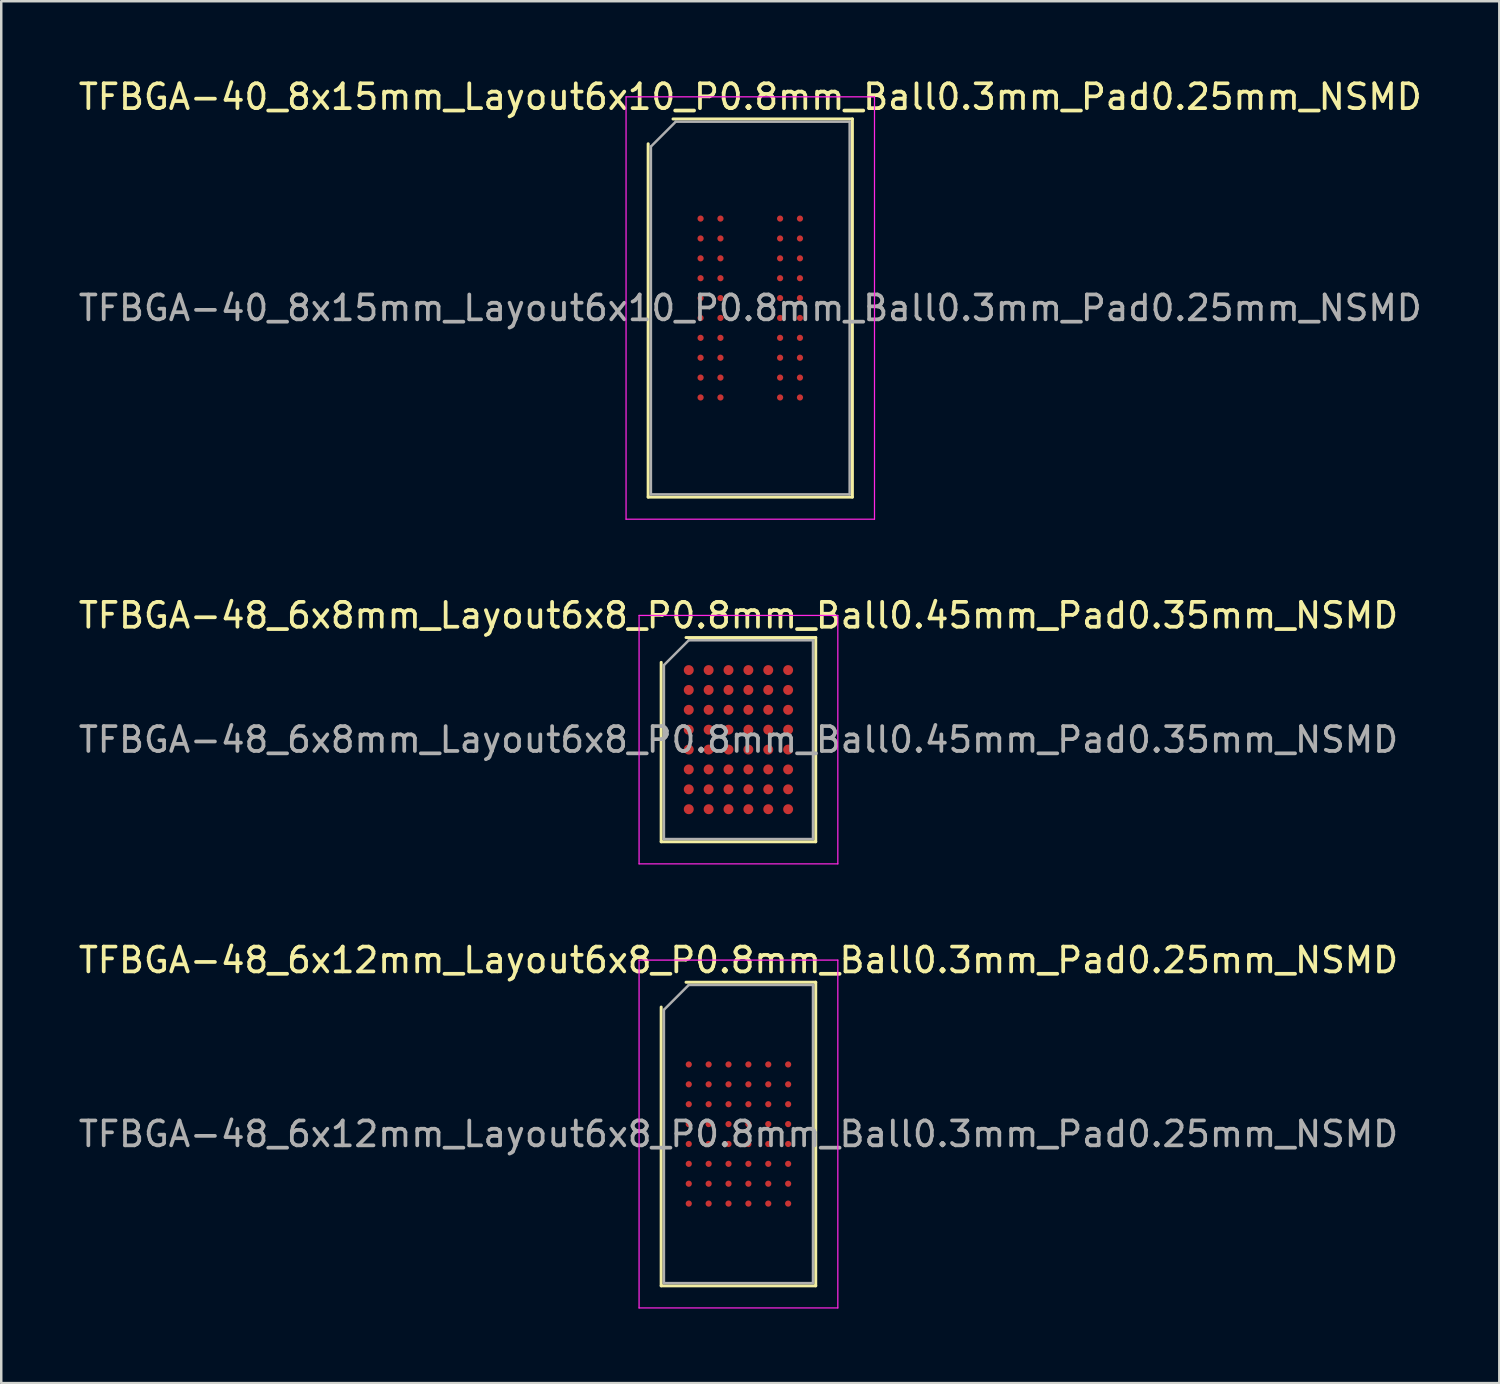
<source format=kicad_pcb>
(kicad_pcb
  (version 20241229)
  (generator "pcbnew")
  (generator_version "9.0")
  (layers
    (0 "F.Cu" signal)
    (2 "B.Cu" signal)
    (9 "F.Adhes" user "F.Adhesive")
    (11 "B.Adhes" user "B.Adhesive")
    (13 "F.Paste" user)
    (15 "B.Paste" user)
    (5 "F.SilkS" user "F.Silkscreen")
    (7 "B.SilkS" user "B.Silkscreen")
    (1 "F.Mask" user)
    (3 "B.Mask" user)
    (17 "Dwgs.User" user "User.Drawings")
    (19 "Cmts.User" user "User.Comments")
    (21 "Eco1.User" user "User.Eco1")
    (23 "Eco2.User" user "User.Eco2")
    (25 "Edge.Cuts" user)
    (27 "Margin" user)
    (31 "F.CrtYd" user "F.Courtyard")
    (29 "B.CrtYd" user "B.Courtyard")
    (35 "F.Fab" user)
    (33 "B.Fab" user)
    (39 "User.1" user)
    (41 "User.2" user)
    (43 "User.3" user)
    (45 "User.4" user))
  (footprint "TFBGA-48_6x12mm_Layout6x8_P0.8mm_Ball0.3mm_Pad0.25mm_NSMD"
    (layer "F.Cu")
    (at 26.673 42.595)
    (property "Reference" "TFBGA-48_6x12mm_Layout6x8_P0.8mm_Ball0.3mm_Pad0.25mm_NSMD" (at 0 -7 0) (layer "F.SilkS") (effects (font (size 1 1) (thickness 0.15))))
    (attr smd)
    (fp_line (start -3.11 6.11) (end -3.11 -5.11) (stroke (width 0.12) (type solid)) (layer "F.SilkS"))
    (fp_line (start -2.11 -6.11) (end 3.11 -6.11) (stroke (width 0.12) (type solid)) (layer "F.SilkS"))
    (fp_line (start 3.11 -6.11) (end 3.11 6.11) (stroke (width 0.12) (type solid)) (layer "F.SilkS"))
    (fp_line (start 3.11 6.11) (end -3.11 6.11) (stroke (width 0.12) (type solid)) (layer "F.SilkS"))
    (fp_line (start -4 -7) (end -4 7) (stroke (width 0.05) (type solid)) (layer "F.CrtYd"))
    (fp_line (start -4 7) (end 4 7) (stroke (width 0.05) (type solid)) (layer "F.CrtYd"))
    (fp_line (start 4 -7) (end -4 -7) (stroke (width 0.05) (type solid)) (layer "F.CrtYd"))
    (fp_line (start 4 7) (end 4 -7) (stroke (width 0.05) (type solid)) (layer "F.CrtYd"))
    (fp_line (start -3 -5) (end -2 -6) (stroke (width 0.1) (type solid)) (layer "F.Fab"))
    (fp_line (start -3 6) (end -3 -5) (stroke (width 0.1) (type solid)) (layer "F.Fab"))
    (fp_line (start -2 -6) (end 3 -6) (stroke (width 0.1) (type solid)) (layer "F.Fab"))
    (fp_line (start 3 -6) (end 3 6) (stroke (width 0.1) (type solid)) (layer "F.Fab"))
    (fp_line (start 3 6) (end -3 6) (stroke (width 0.1) (type solid)) (layer "F.Fab"))
    (fp_text user "${REFERENCE}" (at 0 0 0) (layer "F.Fab") (effects (font (size 1 1) (thickness 0.15))))
    (pad "A1" smd circle (at -2 -2.8) (size 0.25 0.25) (layers "F.Cu" "F.Mask" "F.Paste"))
    (pad "A2" smd circle (at -1.2 -2.8) (size 0.25 0.25) (layers "F.Cu" "F.Mask" "F.Paste"))
    (pad "A3" smd circle (at -0.4 -2.8) (size 0.25 0.25) (layers "F.Cu" "F.Mask" "F.Paste"))
    (pad "A4" smd circle (at 0.4 -2.8) (size 0.25 0.25) (layers "F.Cu" "F.Mask" "F.Paste"))
    (pad "A5" smd circle (at 1.2 -2.8) (size 0.25 0.25) (layers "F.Cu" "F.Mask" "F.Paste"))
    (pad "A6" smd circle (at 2 -2.8) (size 0.25 0.25) (layers "F.Cu" "F.Mask" "F.Paste"))
    (pad "B1" smd circle (at -2 -2) (size 0.25 0.25) (layers "F.Cu" "F.Mask" "F.Paste"))
    (pad "B2" smd circle (at -1.2 -2) (size 0.25 0.25) (layers "F.Cu" "F.Mask" "F.Paste"))
    (pad "B3" smd circle (at -0.4 -2) (size 0.25 0.25) (layers "F.Cu" "F.Mask" "F.Paste"))
    (pad "B4" smd circle (at 0.4 -2) (size 0.25 0.25) (layers "F.Cu" "F.Mask" "F.Paste"))
    (pad "B5" smd circle (at 1.2 -2) (size 0.25 0.25) (layers "F.Cu" "F.Mask" "F.Paste"))
    (pad "B6" smd circle (at 2 -2) (size 0.25 0.25) (layers "F.Cu" "F.Mask" "F.Paste"))
    (pad "C1" smd circle (at -2 -1.2) (size 0.25 0.25) (layers "F.Cu" "F.Mask" "F.Paste"))
    (pad "C2" smd circle (at -1.2 -1.2) (size 0.25 0.25) (layers "F.Cu" "F.Mask" "F.Paste"))
    (pad "C3" smd circle (at -0.4 -1.2) (size 0.25 0.25) (layers "F.Cu" "F.Mask" "F.Paste"))
    (pad "C4" smd circle (at 0.4 -1.2) (size 0.25 0.25) (layers "F.Cu" "F.Mask" "F.Paste"))
    (pad "C5" smd circle (at 1.2 -1.2) (size 0.25 0.25) (layers "F.Cu" "F.Mask" "F.Paste"))
    (pad "C6" smd circle (at 2 -1.2) (size 0.25 0.25) (layers "F.Cu" "F.Mask" "F.Paste"))
    (pad "D1" smd circle (at -2 -0.4) (size 0.25 0.25) (layers "F.Cu" "F.Mask" "F.Paste"))
    (pad "D2" smd circle (at -1.2 -0.4) (size 0.25 0.25) (layers "F.Cu" "F.Mask" "F.Paste"))
    (pad "D3" smd circle (at -0.4 -0.4) (size 0.25 0.25) (layers "F.Cu" "F.Mask" "F.Paste"))
    (pad "D4" smd circle (at 0.4 -0.4) (size 0.25 0.25) (layers "F.Cu" "F.Mask" "F.Paste"))
    (pad "D5" smd circle (at 1.2 -0.4) (size 0.25 0.25) (layers "F.Cu" "F.Mask" "F.Paste"))
    (pad "D6" smd circle (at 2 -0.4) (size 0.25 0.25) (layers "F.Cu" "F.Mask" "F.Paste"))
    (pad "E1" smd circle (at -2 0.4) (size 0.25 0.25) (layers "F.Cu" "F.Mask" "F.Paste"))
    (pad "E2" smd circle (at -1.2 0.4) (size 0.25 0.25) (layers "F.Cu" "F.Mask" "F.Paste"))
    (pad "E3" smd circle (at -0.4 0.4) (size 0.25 0.25) (layers "F.Cu" "F.Mask" "F.Paste"))
    (pad "E4" smd circle (at 0.4 0.4) (size 0.25 0.25) (layers "F.Cu" "F.Mask" "F.Paste"))
    (pad "E5" smd circle (at 1.2 0.4) (size 0.25 0.25) (layers "F.Cu" "F.Mask" "F.Paste"))
    (pad "E6" smd circle (at 2 0.4) (size 0.25 0.25) (layers "F.Cu" "F.Mask" "F.Paste"))
    (pad "F1" smd circle (at -2 1.2) (size 0.25 0.25) (layers "F.Cu" "F.Mask" "F.Paste"))
    (pad "F2" smd circle (at -1.2 1.2) (size 0.25 0.25) (layers "F.Cu" "F.Mask" "F.Paste"))
    (pad "F3" smd circle (at -0.4 1.2) (size 0.25 0.25) (layers "F.Cu" "F.Mask" "F.Paste"))
    (pad "F4" smd circle (at 0.4 1.2) (size 0.25 0.25) (layers "F.Cu" "F.Mask" "F.Paste"))
    (pad "F5" smd circle (at 1.2 1.2) (size 0.25 0.25) (layers "F.Cu" "F.Mask" "F.Paste"))
    (pad "F6" smd circle (at 2 1.2) (size 0.25 0.25) (layers "F.Cu" "F.Mask" "F.Paste"))
    (pad "G1" smd circle (at -2 2) (size 0.25 0.25) (layers "F.Cu" "F.Mask" "F.Paste"))
    (pad "G2" smd circle (at -1.2 2) (size 0.25 0.25) (layers "F.Cu" "F.Mask" "F.Paste"))
    (pad "G3" smd circle (at -0.4 2) (size 0.25 0.25) (layers "F.Cu" "F.Mask" "F.Paste"))
    (pad "G4" smd circle (at 0.4 2) (size 0.25 0.25) (layers "F.Cu" "F.Mask" "F.Paste"))
    (pad "G5" smd circle (at 1.2 2) (size 0.25 0.25) (layers "F.Cu" "F.Mask" "F.Paste"))
    (pad "G6" smd circle (at 2 2) (size 0.25 0.25) (layers "F.Cu" "F.Mask" "F.Paste"))
    (pad "H1" smd circle (at -2 2.8) (size 0.25 0.25) (layers "F.Cu" "F.Mask" "F.Paste"))
    (pad "H2" smd circle (at -1.2 2.8) (size 0.25 0.25) (layers "F.Cu" "F.Mask" "F.Paste"))
    (pad "H3" smd circle (at -0.4 2.8) (size 0.25 0.25) (layers "F.Cu" "F.Mask" "F.Paste"))
    (pad "H4" smd circle (at 0.4 2.8) (size 0.25 0.25) (layers "F.Cu" "F.Mask" "F.Paste"))
    (pad "H5" smd circle (at 1.2 2.8) (size 0.25 0.25) (layers "F.Cu" "F.Mask" "F.Paste"))
    (pad "H6" smd circle (at 2 2.8) (size 0.25 0.25) (layers "F.Cu" "F.Mask" "F.Paste")))
  (footprint "TFBGA-48_6x8mm_Layout6x8_P0.8mm_Ball0.45mm_Pad0.35mm_NSMD"
    (layer "F.Cu")
    (at 26.673 26.721)
    (property "Reference" "TFBGA-48_6x8mm_Layout6x8_P0.8mm_Ball0.45mm_Pad0.35mm_NSMD" (at 0 -5 0) (layer "F.SilkS") (effects (font (size 1 1) (thickness 0.15))))
    (attr smd)
    (fp_line (start -3.11 4.11) (end -3.11 -3.11) (stroke (width 0.12) (type solid)) (layer "F.SilkS"))
    (fp_line (start -2.11 -4.11) (end 3.11 -4.11) (stroke (width 0.12) (type solid)) (layer "F.SilkS"))
    (fp_line (start 3.11 -4.11) (end 3.11 4.11) (stroke (width 0.12) (type solid)) (layer "F.SilkS"))
    (fp_line (start 3.11 4.11) (end -3.11 4.11) (stroke (width 0.12) (type solid)) (layer "F.SilkS"))
    (fp_line (start -4 -5) (end -4 5) (stroke (width 0.05) (type solid)) (layer "F.CrtYd"))
    (fp_line (start -4 5) (end 4 5) (stroke (width 0.05) (type solid)) (layer "F.CrtYd"))
    (fp_line (start 4 -5) (end -4 -5) (stroke (width 0.05) (type solid)) (layer "F.CrtYd"))
    (fp_line (start 4 5) (end 4 -5) (stroke (width 0.05) (type solid)) (layer "F.CrtYd"))
    (fp_line (start -3 -3) (end -2 -4) (stroke (width 0.1) (type solid)) (layer "F.Fab"))
    (fp_line (start -3 4) (end -3 -3) (stroke (width 0.1) (type solid)) (layer "F.Fab"))
    (fp_line (start -2 -4) (end 3 -4) (stroke (width 0.1) (type solid)) (layer "F.Fab"))
    (fp_line (start 3 -4) (end 3 4) (stroke (width 0.1) (type solid)) (layer "F.Fab"))
    (fp_line (start 3 4) (end -3 4) (stroke (width 0.1) (type solid)) (layer "F.Fab"))
    (fp_text user "${REFERENCE}" (at 0 0 0) (layer "F.Fab") (effects (font (size 1 1) (thickness 0.15))))
    (pad "A1" smd circle (at -2 -2.8) (size 0.4 0.4) (layers "F.Cu" "F.Mask" "F.Paste"))
    (pad "A2" smd circle (at -1.2 -2.8) (size 0.4 0.4) (layers "F.Cu" "F.Mask" "F.Paste"))
    (pad "A3" smd circle (at -0.4 -2.8) (size 0.4 0.4) (layers "F.Cu" "F.Mask" "F.Paste"))
    (pad "A4" smd circle (at 0.4 -2.8) (size 0.4 0.4) (layers "F.Cu" "F.Mask" "F.Paste"))
    (pad "A5" smd circle (at 1.2 -2.8) (size 0.4 0.4) (layers "F.Cu" "F.Mask" "F.Paste"))
    (pad "A6" smd circle (at 2 -2.8) (size 0.4 0.4) (layers "F.Cu" "F.Mask" "F.Paste"))
    (pad "B1" smd circle (at -2 -2) (size 0.4 0.4) (layers "F.Cu" "F.Mask" "F.Paste"))
    (pad "B2" smd circle (at -1.2 -2) (size 0.4 0.4) (layers "F.Cu" "F.Mask" "F.Paste"))
    (pad "B3" smd circle (at -0.4 -2) (size 0.4 0.4) (layers "F.Cu" "F.Mask" "F.Paste"))
    (pad "B4" smd circle (at 0.4 -2) (size 0.4 0.4) (layers "F.Cu" "F.Mask" "F.Paste"))
    (pad "B5" smd circle (at 1.2 -2) (size 0.4 0.4) (layers "F.Cu" "F.Mask" "F.Paste"))
    (pad "B6" smd circle (at 2 -2) (size 0.4 0.4) (layers "F.Cu" "F.Mask" "F.Paste"))
    (pad "C1" smd circle (at -2 -1.2) (size 0.4 0.4) (layers "F.Cu" "F.Mask" "F.Paste"))
    (pad "C2" smd circle (at -1.2 -1.2) (size 0.4 0.4) (layers "F.Cu" "F.Mask" "F.Paste"))
    (pad "C3" smd circle (at -0.4 -1.2) (size 0.4 0.4) (layers "F.Cu" "F.Mask" "F.Paste"))
    (pad "C4" smd circle (at 0.4 -1.2) (size 0.4 0.4) (layers "F.Cu" "F.Mask" "F.Paste"))
    (pad "C5" smd circle (at 1.2 -1.2) (size 0.4 0.4) (layers "F.Cu" "F.Mask" "F.Paste"))
    (pad "C6" smd circle (at 2 -1.2) (size 0.4 0.4) (layers "F.Cu" "F.Mask" "F.Paste"))
    (pad "D1" smd circle (at -2 -0.4) (size 0.4 0.4) (layers "F.Cu" "F.Mask" "F.Paste"))
    (pad "D2" smd circle (at -1.2 -0.4) (size 0.4 0.4) (layers "F.Cu" "F.Mask" "F.Paste"))
    (pad "D3" smd circle (at -0.4 -0.4) (size 0.4 0.4) (layers "F.Cu" "F.Mask" "F.Paste"))
    (pad "D4" smd circle (at 0.4 -0.4) (size 0.4 0.4) (layers "F.Cu" "F.Mask" "F.Paste"))
    (pad "D5" smd circle (at 1.2 -0.4) (size 0.4 0.4) (layers "F.Cu" "F.Mask" "F.Paste"))
    (pad "D6" smd circle (at 2 -0.4) (size 0.4 0.4) (layers "F.Cu" "F.Mask" "F.Paste"))
    (pad "E1" smd circle (at -2 0.4) (size 0.4 0.4) (layers "F.Cu" "F.Mask" "F.Paste"))
    (pad "E2" smd circle (at -1.2 0.4) (size 0.4 0.4) (layers "F.Cu" "F.Mask" "F.Paste"))
    (pad "E3" smd circle (at -0.4 0.4) (size 0.4 0.4) (layers "F.Cu" "F.Mask" "F.Paste"))
    (pad "E4" smd circle (at 0.4 0.4) (size 0.4 0.4) (layers "F.Cu" "F.Mask" "F.Paste"))
    (pad "E5" smd circle (at 1.2 0.4) (size 0.4 0.4) (layers "F.Cu" "F.Mask" "F.Paste"))
    (pad "E6" smd circle (at 2 0.4) (size 0.4 0.4) (layers "F.Cu" "F.Mask" "F.Paste"))
    (pad "F1" smd circle (at -2 1.2) (size 0.4 0.4) (layers "F.Cu" "F.Mask" "F.Paste"))
    (pad "F2" smd circle (at -1.2 1.2) (size 0.4 0.4) (layers "F.Cu" "F.Mask" "F.Paste"))
    (pad "F3" smd circle (at -0.4 1.2) (size 0.4 0.4) (layers "F.Cu" "F.Mask" "F.Paste"))
    (pad "F4" smd circle (at 0.4 1.2) (size 0.4 0.4) (layers "F.Cu" "F.Mask" "F.Paste"))
    (pad "F5" smd circle (at 1.2 1.2) (size 0.4 0.4) (layers "F.Cu" "F.Mask" "F.Paste"))
    (pad "F6" smd circle (at 2 1.2) (size 0.4 0.4) (layers "F.Cu" "F.Mask" "F.Paste"))
    (pad "G1" smd circle (at -2 2) (size 0.4 0.4) (layers "F.Cu" "F.Mask" "F.Paste"))
    (pad "G2" smd circle (at -1.2 2) (size 0.4 0.4) (layers "F.Cu" "F.Mask" "F.Paste"))
    (pad "G3" smd circle (at -0.4 2) (size 0.4 0.4) (layers "F.Cu" "F.Mask" "F.Paste"))
    (pad "G4" smd circle (at 0.4 2) (size 0.4 0.4) (layers "F.Cu" "F.Mask" "F.Paste"))
    (pad "G5" smd circle (at 1.2 2) (size 0.4 0.4) (layers "F.Cu" "F.Mask" "F.Paste"))
    (pad "G6" smd circle (at 2 2) (size 0.4 0.4) (layers "F.Cu" "F.Mask" "F.Paste"))
    (pad "H1" smd circle (at -2 2.8) (size 0.4 0.4) (layers "F.Cu" "F.Mask" "F.Paste"))
    (pad "H2" smd circle (at -1.2 2.8) (size 0.4 0.4) (layers "F.Cu" "F.Mask" "F.Paste"))
    (pad "H3" smd circle (at -0.4 2.8) (size 0.4 0.4) (layers "F.Cu" "F.Mask" "F.Paste"))
    (pad "H4" smd circle (at 0.4 2.8) (size 0.4 0.4) (layers "F.Cu" "F.Mask" "F.Paste"))
    (pad "H5" smd circle (at 1.2 2.8) (size 0.4 0.4) (layers "F.Cu" "F.Mask" "F.Paste"))
    (pad "H6" smd circle (at 2 2.8) (size 0.4 0.4) (layers "F.Cu" "F.Mask" "F.Paste")))
  (footprint "TFBGA-40_8x15mm_Layout6x10_P0.8mm_Ball0.3mm_Pad0.25mm_NSMD"
    (layer "F.Cu")
    (at 27.149 9.348)
    (property "Reference" "TFBGA-40_8x15mm_Layout6x10_P0.8mm_Ball0.3mm_Pad0.25mm_NSMD" (at 0 -8.5 0) (layer "F.SilkS") (effects (font (size 1 1) (thickness 0.15))))
    (attr smd)
    (fp_line (start -4.11 7.61) (end -4.11 -6.61) (stroke (width 0.12) (type solid)) (layer "F.SilkS"))
    (fp_line (start -3.11 -7.61) (end 4.11 -7.61) (stroke (width 0.12) (type solid)) (layer "F.SilkS"))
    (fp_line (start 4.11 -7.61) (end 4.11 7.61) (stroke (width 0.12) (type solid)) (layer "F.SilkS"))
    (fp_line (start 4.11 7.61) (end -4.11 7.61) (stroke (width 0.12) (type solid)) (layer "F.SilkS"))
    (fp_line (start -5 -8.5) (end -5 8.5) (stroke (width 0.05) (type solid)) (layer "F.CrtYd"))
    (fp_line (start -5 8.5) (end 5 8.5) (stroke (width 0.05) (type solid)) (layer "F.CrtYd"))
    (fp_line (start 5 -8.5) (end -5 -8.5) (stroke (width 0.05) (type solid)) (layer "F.CrtYd"))
    (fp_line (start 5 8.5) (end 5 -8.5) (stroke (width 0.05) (type solid)) (layer "F.CrtYd"))
    (fp_line (start -4 -6.5) (end -3 -7.5) (stroke (width 0.1) (type solid)) (layer "F.Fab"))
    (fp_line (start -4 7.5) (end -4 -6.5) (stroke (width 0.1) (type solid)) (layer "F.Fab"))
    (fp_line (start -3 -7.5) (end 4 -7.5) (stroke (width 0.1) (type solid)) (layer "F.Fab"))
    (fp_line (start 4 -7.5) (end 4 7.5) (stroke (width 0.1) (type solid)) (layer "F.Fab"))
    (fp_line (start 4 7.5) (end -4 7.5) (stroke (width 0.1) (type solid)) (layer "F.Fab"))
    (fp_text user "${REFERENCE}" (at 0 0 0) (layer "F.Fab") (effects (font (size 1 1) (thickness 0.15))))
    (pad "A1" smd circle (at -2 -3.6) (size 0.25 0.25) (layers "F.Cu" "F.Mask" "F.Paste"))
    (pad "A2" smd circle (at -1.2 -3.6) (size 0.25 0.25) (layers "F.Cu" "F.Mask" "F.Paste"))
    (pad "A5" smd circle (at 1.2 -3.6) (size 0.25 0.25) (layers "F.Cu" "F.Mask" "F.Paste"))
    (pad "A6" smd circle (at 2 -3.6) (size 0.25 0.25) (layers "F.Cu" "F.Mask" "F.Paste"))
    (pad "B1" smd circle (at -2 -2.8) (size 0.25 0.25) (layers "F.Cu" "F.Mask" "F.Paste"))
    (pad "B2" smd circle (at -1.2 -2.8) (size 0.25 0.25) (layers "F.Cu" "F.Mask" "F.Paste"))
    (pad "B5" smd circle (at 1.2 -2.8) (size 0.25 0.25) (layers "F.Cu" "F.Mask" "F.Paste"))
    (pad "B6" smd circle (at 2 -2.8) (size 0.25 0.25) (layers "F.Cu" "F.Mask" "F.Paste"))
    (pad "C1" smd circle (at -2 -2) (size 0.25 0.25) (layers "F.Cu" "F.Mask" "F.Paste"))
    (pad "C2" smd circle (at -1.2 -2) (size 0.25 0.25) (layers "F.Cu" "F.Mask" "F.Paste"))
    (pad "C5" smd circle (at 1.2 -2) (size 0.25 0.25) (layers "F.Cu" "F.Mask" "F.Paste"))
    (pad "C6" smd circle (at 2 -2) (size 0.25 0.25) (layers "F.Cu" "F.Mask" "F.Paste"))
    (pad "D1" smd circle (at -2 -1.2) (size 0.25 0.25) (layers "F.Cu" "F.Mask" "F.Paste"))
    (pad "D2" smd circle (at -1.2 -1.2) (size 0.25 0.25) (layers "F.Cu" "F.Mask" "F.Paste"))
    (pad "D5" smd circle (at 1.2 -1.2) (size 0.25 0.25) (layers "F.Cu" "F.Mask" "F.Paste"))
    (pad "D6" smd circle (at 2 -1.2) (size 0.25 0.25) (layers "F.Cu" "F.Mask" "F.Paste"))
    (pad "E1" smd circle (at -2 -0.4) (size 0.25 0.25) (layers "F.Cu" "F.Mask" "F.Paste"))
    (pad "E2" smd circle (at -1.2 -0.4) (size 0.25 0.25) (layers "F.Cu" "F.Mask" "F.Paste"))
    (pad "E5" smd circle (at 1.2 -0.4) (size 0.25 0.25) (layers "F.Cu" "F.Mask" "F.Paste"))
    (pad "E6" smd circle (at 2 -0.4) (size 0.25 0.25) (layers "F.Cu" "F.Mask" "F.Paste"))
    (pad "F1" smd circle (at -2 0.4) (size 0.25 0.25) (layers "F.Cu" "F.Mask" "F.Paste"))
    (pad "F2" smd circle (at -1.2 0.4) (size 0.25 0.25) (layers "F.Cu" "F.Mask" "F.Paste"))
    (pad "F5" smd circle (at 1.2 0.4) (size 0.25 0.25) (layers "F.Cu" "F.Mask" "F.Paste"))
    (pad "F6" smd circle (at 2 0.4) (size 0.25 0.25) (layers "F.Cu" "F.Mask" "F.Paste"))
    (pad "G1" smd circle (at -2 1.2) (size 0.25 0.25) (layers "F.Cu" "F.Mask" "F.Paste"))
    (pad "G2" smd circle (at -1.2 1.2) (size 0.25 0.25) (layers "F.Cu" "F.Mask" "F.Paste"))
    (pad "G5" smd circle (at 1.2 1.2) (size 0.25 0.25) (layers "F.Cu" "F.Mask" "F.Paste"))
    (pad "G6" smd circle (at 2 1.2) (size 0.25 0.25) (layers "F.Cu" "F.Mask" "F.Paste"))
    (pad "H1" smd circle (at -2 2) (size 0.25 0.25) (layers "F.Cu" "F.Mask" "F.Paste"))
    (pad "H2" smd circle (at -1.2 2) (size 0.25 0.25) (layers "F.Cu" "F.Mask" "F.Paste"))
    (pad "H5" smd circle (at 1.2 2) (size 0.25 0.25) (layers "F.Cu" "F.Mask" "F.Paste"))
    (pad "H6" smd circle (at 2 2) (size 0.25 0.25) (layers "F.Cu" "F.Mask" "F.Paste"))
    (pad "J1" smd circle (at -2 2.8) (size 0.25 0.25) (layers "F.Cu" "F.Mask" "F.Paste"))
    (pad "J2" smd circle (at -1.2 2.8) (size 0.25 0.25) (layers "F.Cu" "F.Mask" "F.Paste"))
    (pad "J5" smd circle (at 1.2 2.8) (size 0.25 0.25) (layers "F.Cu" "F.Mask" "F.Paste"))
    (pad "J6" smd circle (at 2 2.8) (size 0.25 0.25) (layers "F.Cu" "F.Mask" "F.Paste"))
    (pad "K1" smd circle (at -2 3.6) (size 0.25 0.25) (layers "F.Cu" "F.Mask" "F.Paste"))
    (pad "K2" smd circle (at -1.2 3.6) (size 0.25 0.25) (layers "F.Cu" "F.Mask" "F.Paste"))
    (pad "K5" smd circle (at 1.2 3.6) (size 0.25 0.25) (layers "F.Cu" "F.Mask" "F.Paste"))
    (pad "K6" smd circle (at 2 3.6) (size 0.25 0.25) (layers "F.Cu" "F.Mask" "F.Paste")))
  (gr_rect
    (start -3 -3)
    (end 57.298 52.62)
    (stroke (width 0.1) (type default))
    (fill no)
    (layer "Edge.Cuts")))
</source>
